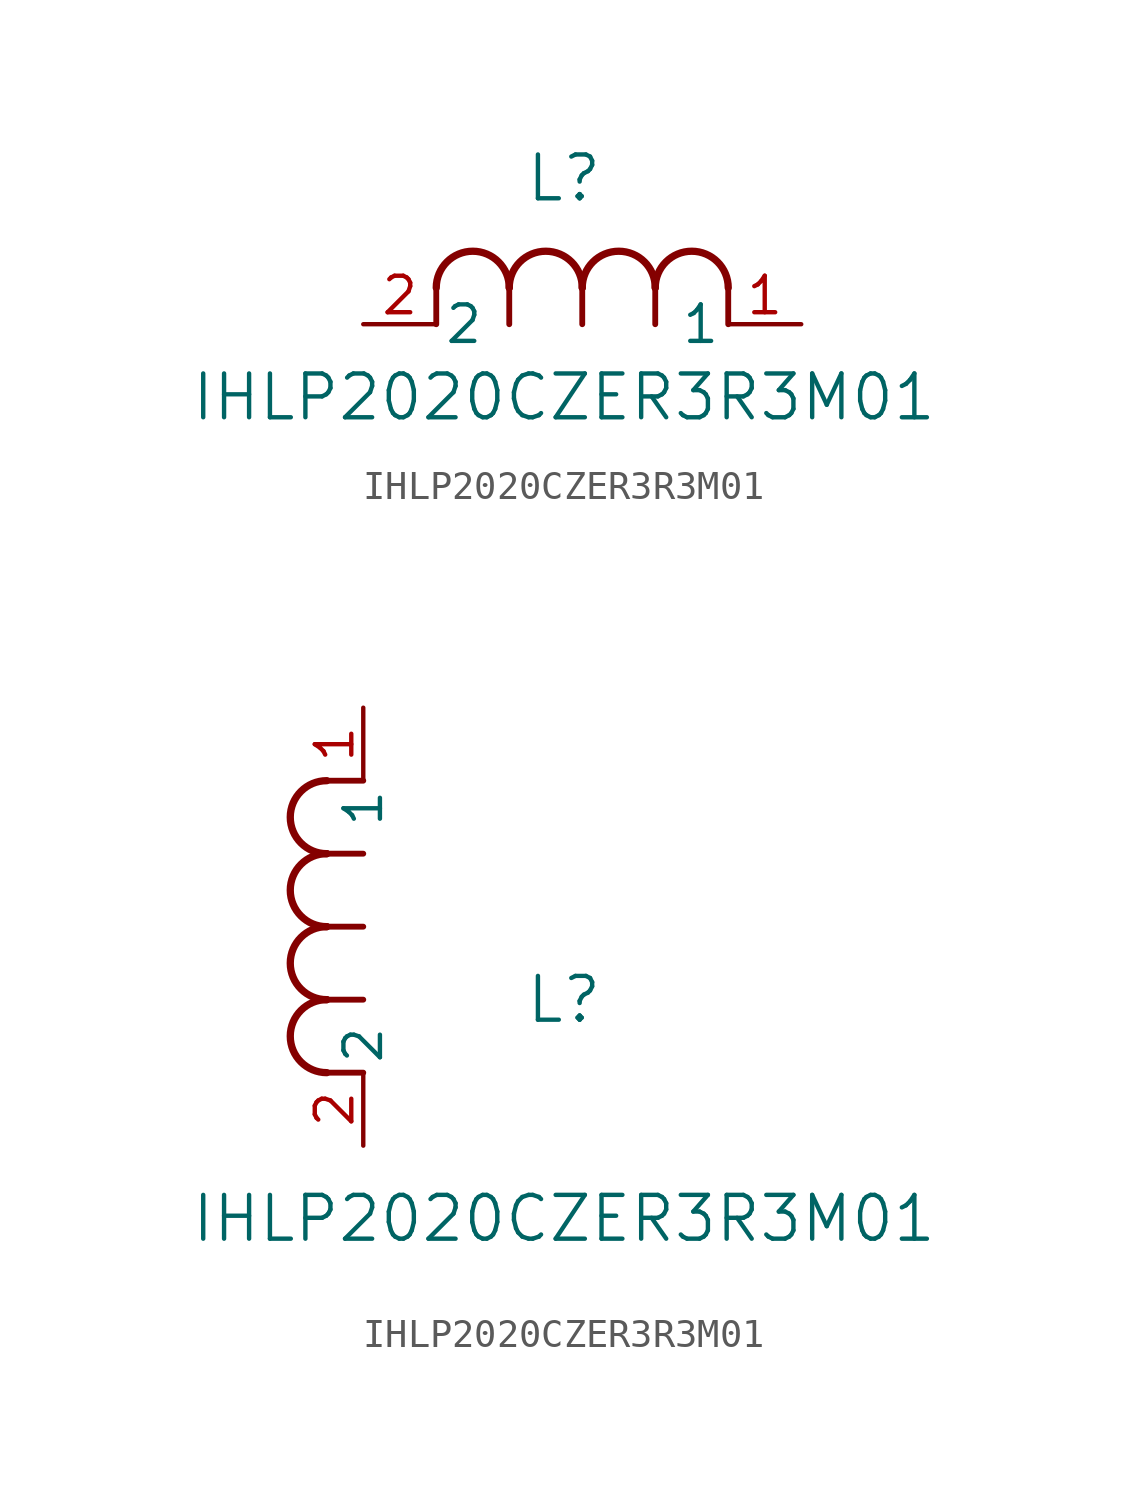
<source format=kicad_sym>
(kicad_symbol_lib
  (version 20211014)
  (generator kicad_symbol_editor)
  (symbol "IHLP2020CZER3R3M01"
    (pin_names
      (offset 0.254))
    (property "Reference" "L"
      (at 6.985 5.08 0)
      (effects (font (size 1.524 1.524))))
    (property "Value" "IHLP2020CZER3R3M01"
      (at 6.985 -2.54 0)
      (effects (font (size 1.524 1.524))))
    (symbol "IHLP2020CZER3R3M01_1_1"
      (arc (start 7.62 1.27) (mid 6.35 2.54) (end 5.08 1.27) (stroke (width 0.254) (type default) (color 0 0 0 0)) (fill (type none)))
      (polyline (pts (xy 5.08 0) (xy 5.08 1.27)) (stroke (width 0.203) (type default) (color 0 0 0 0)) (fill (type none)))
      (polyline (pts (xy 7.62 0) (xy 7.62 1.27)) (stroke (width 0.203) (type default) (color 0 0 0 0)) (fill (type none)))
      (polyline (pts (xy 12.7 0) (xy 12.7 1.27)) (stroke (width 0.203) (type default) (color 0 0 0 0)) (fill (type none)))
      (arc (start 5.08 1.27) (mid 3.81 2.54) (end 2.54 1.27) (stroke (width 0.254) (type default) (color 0 0 0 0)) (fill (type none)))
      (arc (start 10.16 1.27) (mid 8.89 2.54) (end 7.62 1.27) (stroke (width 0.254) (type default) (color 0 0 0 0)) (fill (type none)))
      (arc (start 12.7 1.27) (mid 11.43 2.54) (end 10.16 1.27) (stroke (width 0.254) (type default) (color 0 0 0 0)) (fill (type none)))
      (polyline (pts (xy 2.54 0) (xy 2.54 1.27)) (stroke (width 0.203) (type default) (color 0 0 0 0)) (fill (type none)))
      (polyline (pts (xy 10.16 0) (xy 10.16 1.27)) (stroke (width 0.203) (type default) (color 0 0 0 0)) (fill (type none)))
      (pin unspecified line (at 0 0 0) (length 2.54) (name "2" (effects (font (size 1.27 1.27)))) (number "2" (effects (font (size 1.27 1.27)))))
      (pin unspecified line (at 15.24 0 180) (length 2.54) (name "1" (effects (font (size 1.27 1.27)))) (number "1" (effects (font (size 1.27 1.27))))))
    (symbol "IHLP2020CZER3R3M01_1_2"
      (arc (start -1.27 7.62) (mid -2.54 6.35) (end -1.27 5.08) (stroke (width 0.254) (type default) (color 0 0 0 0)) (fill (type none)))
      (arc (start -1.27 5.08) (mid -2.54 3.81) (end -1.27 2.54) (stroke (width 0.254) (type default) (color 0 0 0 0)) (fill (type none)))
      (arc (start -1.27 12.7) (mid -2.54 11.43) (end -1.27 10.16) (stroke (width 0.254) (type default) (color 0 0 0 0)) (fill (type none)))
      (arc (start -1.27 10.16) (mid -2.54 8.89) (end -1.27 7.62) (stroke (width 0.254) (type default) (color 0 0 0 0)) (fill (type none)))
      (polyline (pts (xy 0 7.62) (xy -1.27 7.62)) (stroke (width 0.203) (type default) (color 0 0 0 0)) (fill (type none)))
      (polyline (pts (xy 0 5.08) (xy -1.27 5.08)) (stroke (width 0.203) (type default) (color 0 0 0 0)) (fill (type none)))
      (polyline (pts (xy 0 12.7) (xy -1.27 12.7)) (stroke (width 0.203) (type default) (color 0 0 0 0)) (fill (type none)))
      (polyline (pts (xy 0 2.54) (xy -1.27 2.54)) (stroke (width 0.203) (type default) (color 0 0 0 0)) (fill (type none)))
      (polyline (pts (xy 0 10.16) (xy -1.27 10.16)) (stroke (width 0.203) (type default) (color 0 0 0 0)) (fill (type none)))
      (pin unspecified line (at 0 0 90) (length 2.54) (name "2" (effects (font (size 1.27 1.27)))) (number "2" (effects (font (size 1.27 1.27)))))
      (pin unspecified line (at 0 15.24 270) (length 2.54) (name "1" (effects (font (size 1.27 1.27)))) (number "1" (effects (font (size 1.27 1.27))))))))
</source>
